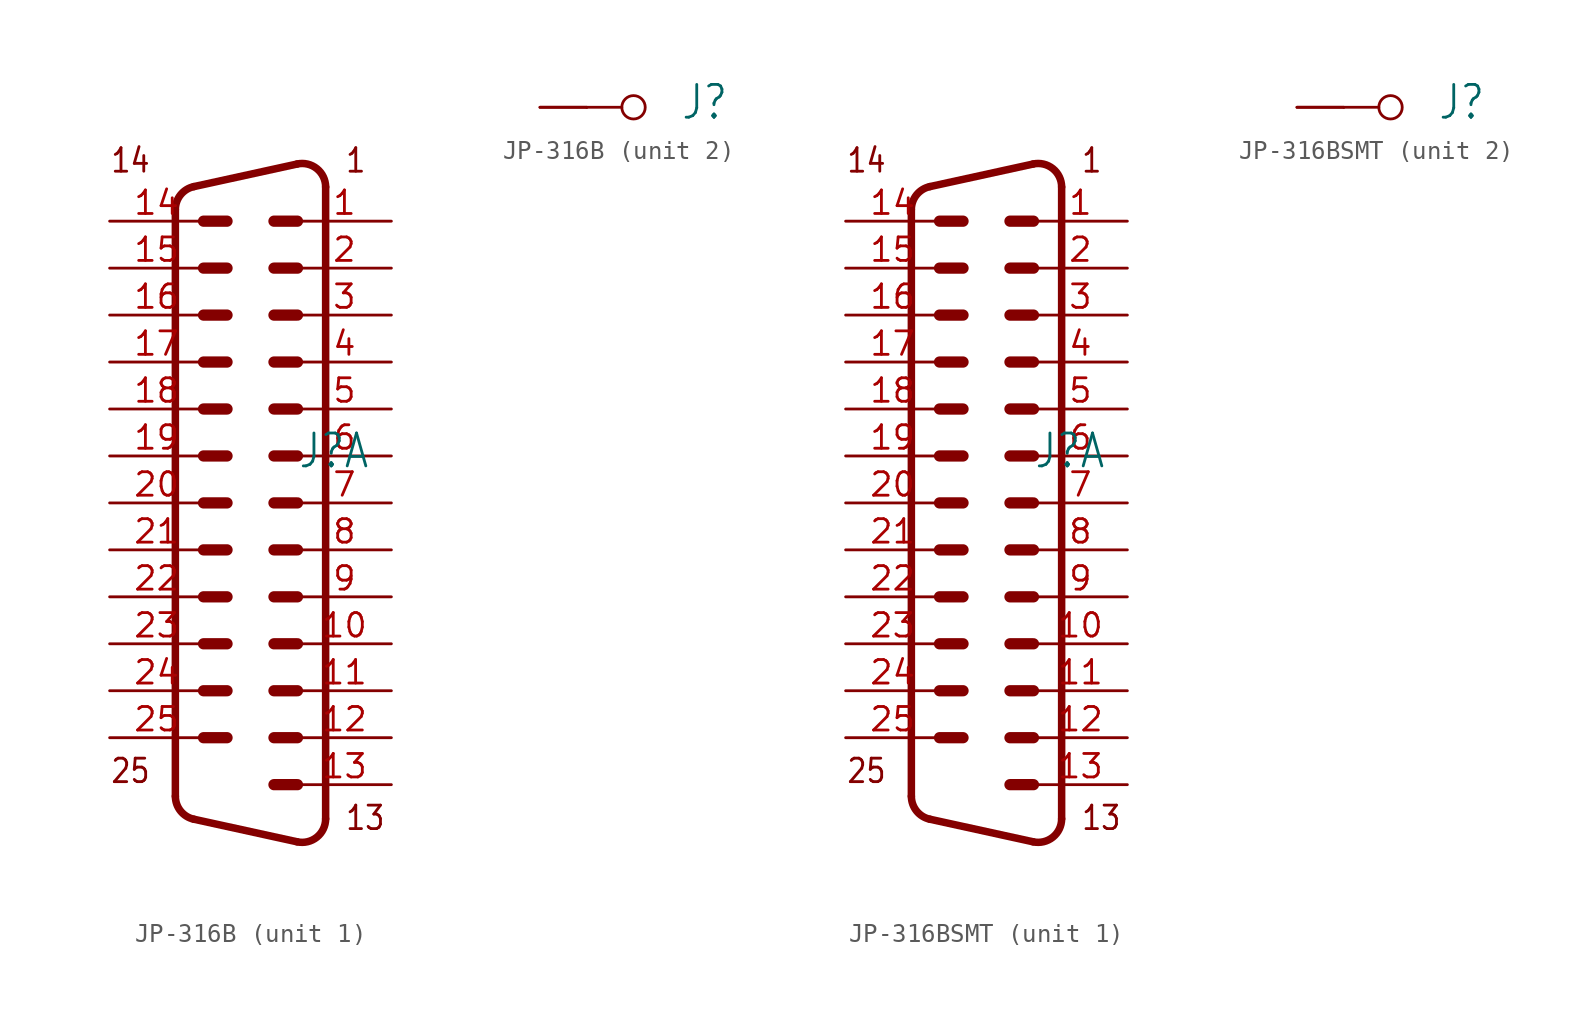
<source format=kicad_sym>
(kicad_symbol_lib
  (version 20220914)
  (generator kicad_symbol_editor)
  (symbol "JP-316B"
    (property "Reference" "J"
      (at 2.54 -0.762 0)
      (effects (font (size 1.778 1.511)) (justify left bottom)))
    (property "ki_locked" ""
      (at 0 0 0)
      (effects (font (size 1.27 1.27))))
    (symbol "JP-316B_1_0"
      (arc (start -4.064 -18.4088) (mid -3.7833 -19.2051) (end -3.0653 -19.6495) (stroke (width 0.4064) (type solid)) (fill (type none)))
      (arc (start -3.0653 14.5695) (mid -3.7833 14.1251) (end -4.064 13.3288) (stroke (width 0.4064) (type solid)) (fill (type none)))
      (polyline (pts (xy -4.064 13.329) (xy -4.064 -18.409)) (stroke (width 0.406) (type solid)) (fill (type none)))
      (polyline (pts (xy -2.54 -15.24) (xy -1.27 -15.24)) (stroke (width 0.61) (type solid)) (fill (type none)))
      (polyline (pts (xy -2.54 -12.7) (xy -1.27 -12.7)) (stroke (width 0.61) (type solid)) (fill (type none)))
      (polyline (pts (xy -2.54 -10.16) (xy -1.27 -10.16)) (stroke (width 0.61) (type solid)) (fill (type none)))
      (polyline (pts (xy -2.54 -7.62) (xy -1.27 -7.62)) (stroke (width 0.61) (type solid)) (fill (type none)))
      (polyline (pts (xy -2.54 -5.08) (xy -1.27 -5.08)) (stroke (width 0.61) (type solid)) (fill (type none)))
      (polyline (pts (xy -2.54 -2.54) (xy -1.27 -2.54)) (stroke (width 0.61) (type solid)) (fill (type none)))
      (polyline (pts (xy -2.54 0) (xy -1.27 0)) (stroke (width 0.61) (type solid)) (fill (type none)))
      (polyline (pts (xy -2.54 2.54) (xy -1.27 2.54)) (stroke (width 0.61) (type solid)) (fill (type none)))
      (polyline (pts (xy -2.54 5.08) (xy -1.27 5.08)) (stroke (width 0.61) (type solid)) (fill (type none)))
      (polyline (pts (xy -2.54 7.62) (xy -1.27 7.62)) (stroke (width 0.61) (type solid)) (fill (type none)))
      (polyline (pts (xy -2.54 10.16) (xy -1.27 10.16)) (stroke (width 0.61) (type solid)) (fill (type none)))
      (polyline (pts (xy -2.54 12.7) (xy -1.27 12.7)) (stroke (width 0.61) (type solid)) (fill (type none)))
      (polyline (pts (xy 1.27 -17.78) (xy 2.54 -17.78)) (stroke (width 0.61) (type solid)) (fill (type none)))
      (polyline (pts (xy 1.27 -15.24) (xy 2.54 -15.24)) (stroke (width 0.61) (type solid)) (fill (type none)))
      (polyline (pts (xy 1.27 -12.7) (xy 2.54 -12.7)) (stroke (width 0.61) (type solid)) (fill (type none)))
      (polyline (pts (xy 1.27 -10.16) (xy 2.54 -10.16)) (stroke (width 0.61) (type solid)) (fill (type none)))
      (polyline (pts (xy 1.27 -7.62) (xy 2.54 -7.62)) (stroke (width 0.61) (type solid)) (fill (type none)))
      (polyline (pts (xy 1.27 -5.08) (xy 2.54 -5.08)) (stroke (width 0.61) (type solid)) (fill (type none)))
      (polyline (pts (xy 1.27 -2.54) (xy 2.54 -2.54)) (stroke (width 0.61) (type solid)) (fill (type none)))
      (polyline (pts (xy 1.27 0) (xy 2.54 0)) (stroke (width 0.61) (type solid)) (fill (type none)))
      (polyline (pts (xy 1.27 2.54) (xy 2.54 2.54)) (stroke (width 0.61) (type solid)) (fill (type none)))
      (polyline (pts (xy 1.27 5.08) (xy 2.54 5.08)) (stroke (width 0.61) (type solid)) (fill (type none)))
      (polyline (pts (xy 1.27 7.62) (xy 2.54 7.62)) (stroke (width 0.61) (type solid)) (fill (type none)))
      (polyline (pts (xy 1.27 10.16) (xy 2.54 10.16)) (stroke (width 0.61) (type solid)) (fill (type none)))
      (polyline (pts (xy 1.27 12.7) (xy 2.54 12.7)) (stroke (width 0.61) (type solid)) (fill (type none)))
      (polyline (pts (xy 2.523 -20.872) (xy -3.065 -19.649)) (stroke (width 0.406) (type solid)) (fill (type none)))
      (polyline (pts (xy 2.523 15.792) (xy -3.065 14.569)) (stroke (width 0.406) (type solid)) (fill (type none)))
      (polyline (pts (xy 4.064 14.551) (xy 4.064 -19.631)) (stroke (width 0.406) (type solid)) (fill (type none)))
      (arc (start 2.5226 -20.8718) (mid 3.5901 -20.6204) (end 4.0637 -19.6312) (stroke (width 0.4064) (type solid)) (fill (type none)))
      (arc (start 4.0639 14.5511) (mid 3.5903 15.5405) (end 2.5226 15.7919) (stroke (width 0.4064) (type solid)) (fill (type none)))
      (text "1" (at 5.08 15.24 0) (effects (font (size 1.27 1.079)) (justify left bottom)))
      (text "13" (at 5.08 -20.32 0) (effects (font (size 1.27 1.079)) (justify left bottom)))
      (text "14" (at -7.62 15.24 0) (effects (font (size 1.27 1.079)) (justify left bottom)))
      (text "25" (at -7.62 -17.78 0) (effects (font (size 1.27 1.079)) (justify left bottom)))
      (pin passive line (at 7.62 12.7 180) (length 5.08) (name "SPINDLE-RELAY" (effects (font (size 0 0)))) (number "1" (effects (font (size 1.27 1.27)))))
      (pin passive line (at 7.62 -10.16 180) (length 5.08) (name "TOOL-HEIGHT" (effects (font (size 0 0)))) (number "10" (effects (font (size 1.27 1.27)))))
      (pin passive line (at 7.62 -12.7 180) (length 5.08) (name "X-LIMIT" (effects (font (size 0 0)))) (number "11" (effects (font (size 1.27 1.27)))))
      (pin passive line (at 7.62 -15.24 180) (length 5.08) (name "Y-LIMIT" (effects (font (size 0 0)))) (number "12" (effects (font (size 1.27 1.27)))))
      (pin passive line (at 7.62 -17.78 180) (length 5.08) (name "Z-LIMIT" (effects (font (size 0 0)))) (number "13" (effects (font (size 1.27 1.27)))))
      (pin passive line (at -7.62 12.7 0) (length 5.08) (name "RELAY-2" (effects (font (size 0 0)))) (number "14" (effects (font (size 1.27 1.27)))))
      (pin passive line (at -7.62 10.16 0) (length 5.08) (name "E-STOP" (effects (font (size 0 0)))) (number "15" (effects (font (size 1.27 1.27)))))
      (pin passive line (at -7.62 7.62 0) (length 5.08) (name "N/C" (effects (font (size 0 0)))) (number "16" (effects (font (size 1.27 1.27)))))
      (pin passive line (at -7.62 5.08 0) (length 5.08) (name "SPINDLE_0-10V" (effects (font (size 0 0)))) (number "17" (effects (font (size 1.27 1.27)))))
      (pin passive line (at -7.62 2.54 0) (length 5.08) (name "GND0" (effects (font (size 0 0)))) (number "18" (effects (font (size 1.27 1.27)))))
      (pin passive line (at -7.62 0 0) (length 5.08) (name "GND1" (effects (font (size 0 0)))) (number "19" (effects (font (size 1.27 1.27)))))
      (pin passive line (at 7.62 10.16 180) (length 5.08) (name "X-STEP" (effects (font (size 0 0)))) (number "2" (effects (font (size 1.27 1.27)))))
      (pin passive line (at -7.62 -2.54 0) (length 5.08) (name "GND2" (effects (font (size 0 0)))) (number "20" (effects (font (size 1.27 1.27)))))
      (pin passive line (at -7.62 -5.08 0) (length 5.08) (name "GND3" (effects (font (size 0 0)))) (number "21" (effects (font (size 1.27 1.27)))))
      (pin passive line (at -7.62 -7.62 0) (length 5.08) (name "GND4" (effects (font (size 0 0)))) (number "22" (effects (font (size 1.27 1.27)))))
      (pin passive line (at -7.62 -10.16 0) (length 5.08) (name "GND5" (effects (font (size 0 0)))) (number "23" (effects (font (size 1.27 1.27)))))
      (pin passive line (at -7.62 -12.7 0) (length 5.08) (name "GND6" (effects (font (size 0 0)))) (number "24" (effects (font (size 1.27 1.27)))))
      (pin passive line (at -7.62 -15.24 0) (length 5.08) (name "GND7" (effects (font (size 0 0)))) (number "25" (effects (font (size 1.27 1.27)))))
      (pin passive line (at 7.62 7.62 180) (length 5.08) (name "X-DIR" (effects (font (size 0 0)))) (number "3" (effects (font (size 1.27 1.27)))))
      (pin passive line (at 7.62 5.08 180) (length 5.08) (name "Y-STEP" (effects (font (size 0 0)))) (number "4" (effects (font (size 1.27 1.27)))))
      (pin passive line (at 7.62 2.54 180) (length 5.08) (name "Y-DIR" (effects (font (size 0 0)))) (number "5" (effects (font (size 1.27 1.27)))))
      (pin passive line (at 7.62 0 180) (length 5.08) (name "Z-STEP" (effects (font (size 0 0)))) (number "6" (effects (font (size 1.27 1.27)))))
      (pin passive line (at 7.62 -2.54 180) (length 5.08) (name "Z-DIR" (effects (font (size 0 0)))) (number "7" (effects (font (size 1.27 1.27)))))
      (pin passive line (at 7.62 -5.08 180) (length 5.08) (name "A-STEP" (effects (font (size 0 0)))) (number "8" (effects (font (size 1.27 1.27)))))
      (pin passive line (at 7.62 -7.62 180) (length 5.08) (name "A-DIR" (effects (font (size 0 0)))) (number "9" (effects (font (size 1.27 1.27))))))
    (symbol "JP-316B_2_0"
      (polyline (pts (xy -2.54 0) (xy -0.635 0)) (stroke (width 0.152) (type solid)) (fill (type none)))
      (circle (center 0 0) (radius 0.635) (stroke (width 0.152) (type solid)) (fill (type none)))
      (pin passive line (at -5.08 0 0) (length 2.54) (name "G1" (effects (font (size 0 0)))) (number "G1" (effects (font (size 0 0)))))
      (pin passive line (at -2.54 0 180) (length 2.54) (name "G2" (effects (font (size 0 0)))) (number "G2" (effects (font (size 0 0)))))))
  (symbol "JP-316BSMT"
    (property "Reference" "J"
      (at 2.54 -0.762 0)
      (effects (font (size 1.778 1.511)) (justify left bottom)))
    (property "ki_locked" ""
      (at 0 0 0)
      (effects (font (size 1.27 1.27))))
    (symbol "JP-316BSMT_1_0"
      (arc (start -4.064 -18.4088) (mid -3.7833 -19.2051) (end -3.0653 -19.6495) (stroke (width 0.4064) (type solid)) (fill (type none)))
      (arc (start -3.0653 14.5695) (mid -3.7833 14.1251) (end -4.064 13.3288) (stroke (width 0.4064) (type solid)) (fill (type none)))
      (polyline (pts (xy -4.064 13.329) (xy -4.064 -18.409)) (stroke (width 0.406) (type solid)) (fill (type none)))
      (polyline (pts (xy -2.54 -15.24) (xy -1.27 -15.24)) (stroke (width 0.61) (type solid)) (fill (type none)))
      (polyline (pts (xy -2.54 -12.7) (xy -1.27 -12.7)) (stroke (width 0.61) (type solid)) (fill (type none)))
      (polyline (pts (xy -2.54 -10.16) (xy -1.27 -10.16)) (stroke (width 0.61) (type solid)) (fill (type none)))
      (polyline (pts (xy -2.54 -7.62) (xy -1.27 -7.62)) (stroke (width 0.61) (type solid)) (fill (type none)))
      (polyline (pts (xy -2.54 -5.08) (xy -1.27 -5.08)) (stroke (width 0.61) (type solid)) (fill (type none)))
      (polyline (pts (xy -2.54 -2.54) (xy -1.27 -2.54)) (stroke (width 0.61) (type solid)) (fill (type none)))
      (polyline (pts (xy -2.54 0) (xy -1.27 0)) (stroke (width 0.61) (type solid)) (fill (type none)))
      (polyline (pts (xy -2.54 2.54) (xy -1.27 2.54)) (stroke (width 0.61) (type solid)) (fill (type none)))
      (polyline (pts (xy -2.54 5.08) (xy -1.27 5.08)) (stroke (width 0.61) (type solid)) (fill (type none)))
      (polyline (pts (xy -2.54 7.62) (xy -1.27 7.62)) (stroke (width 0.61) (type solid)) (fill (type none)))
      (polyline (pts (xy -2.54 10.16) (xy -1.27 10.16)) (stroke (width 0.61) (type solid)) (fill (type none)))
      (polyline (pts (xy -2.54 12.7) (xy -1.27 12.7)) (stroke (width 0.61) (type solid)) (fill (type none)))
      (polyline (pts (xy 1.27 -17.78) (xy 2.54 -17.78)) (stroke (width 0.61) (type solid)) (fill (type none)))
      (polyline (pts (xy 1.27 -15.24) (xy 2.54 -15.24)) (stroke (width 0.61) (type solid)) (fill (type none)))
      (polyline (pts (xy 1.27 -12.7) (xy 2.54 -12.7)) (stroke (width 0.61) (type solid)) (fill (type none)))
      (polyline (pts (xy 1.27 -10.16) (xy 2.54 -10.16)) (stroke (width 0.61) (type solid)) (fill (type none)))
      (polyline (pts (xy 1.27 -7.62) (xy 2.54 -7.62)) (stroke (width 0.61) (type solid)) (fill (type none)))
      (polyline (pts (xy 1.27 -5.08) (xy 2.54 -5.08)) (stroke (width 0.61) (type solid)) (fill (type none)))
      (polyline (pts (xy 1.27 -2.54) (xy 2.54 -2.54)) (stroke (width 0.61) (type solid)) (fill (type none)))
      (polyline (pts (xy 1.27 0) (xy 2.54 0)) (stroke (width 0.61) (type solid)) (fill (type none)))
      (polyline (pts (xy 1.27 2.54) (xy 2.54 2.54)) (stroke (width 0.61) (type solid)) (fill (type none)))
      (polyline (pts (xy 1.27 5.08) (xy 2.54 5.08)) (stroke (width 0.61) (type solid)) (fill (type none)))
      (polyline (pts (xy 1.27 7.62) (xy 2.54 7.62)) (stroke (width 0.61) (type solid)) (fill (type none)))
      (polyline (pts (xy 1.27 10.16) (xy 2.54 10.16)) (stroke (width 0.61) (type solid)) (fill (type none)))
      (polyline (pts (xy 1.27 12.7) (xy 2.54 12.7)) (stroke (width 0.61) (type solid)) (fill (type none)))
      (polyline (pts (xy 2.523 -20.872) (xy -3.065 -19.649)) (stroke (width 0.406) (type solid)) (fill (type none)))
      (polyline (pts (xy 2.523 15.792) (xy -3.065 14.569)) (stroke (width 0.406) (type solid)) (fill (type none)))
      (polyline (pts (xy 4.064 14.551) (xy 4.064 -19.631)) (stroke (width 0.406) (type solid)) (fill (type none)))
      (arc (start 2.5226 -20.8718) (mid 3.5901 -20.6204) (end 4.0637 -19.6312) (stroke (width 0.4064) (type solid)) (fill (type none)))
      (arc (start 4.0639 14.5511) (mid 3.5903 15.5405) (end 2.5226 15.7919) (stroke (width 0.4064) (type solid)) (fill (type none)))
      (text "1" (at 5.08 15.24 0) (effects (font (size 1.27 1.079)) (justify left bottom)))
      (text "13" (at 5.08 -20.32 0) (effects (font (size 1.27 1.079)) (justify left bottom)))
      (text "14" (at -7.62 15.24 0) (effects (font (size 1.27 1.079)) (justify left bottom)))
      (text "25" (at -7.62 -17.78 0) (effects (font (size 1.27 1.079)) (justify left bottom)))
      (pin passive line (at 7.62 12.7 180) (length 5.08) (name "SPINDLE-RELAY" (effects (font (size 0 0)))) (number "1" (effects (font (size 1.27 1.27)))))
      (pin passive line (at 7.62 -10.16 180) (length 5.08) (name "TOOL-HEIGHT" (effects (font (size 0 0)))) (number "10" (effects (font (size 1.27 1.27)))))
      (pin passive line (at 7.62 -12.7 180) (length 5.08) (name "X-LIMIT" (effects (font (size 0 0)))) (number "11" (effects (font (size 1.27 1.27)))))
      (pin passive line (at 7.62 -15.24 180) (length 5.08) (name "Y-LIMIT" (effects (font (size 0 0)))) (number "12" (effects (font (size 1.27 1.27)))))
      (pin passive line (at 7.62 -17.78 180) (length 5.08) (name "Z-LIMIT" (effects (font (size 0 0)))) (number "13" (effects (font (size 1.27 1.27)))))
      (pin passive line (at -7.62 12.7 0) (length 5.08) (name "RELAY-2" (effects (font (size 0 0)))) (number "14" (effects (font (size 1.27 1.27)))))
      (pin passive line (at -7.62 10.16 0) (length 5.08) (name "E-STOP" (effects (font (size 0 0)))) (number "15" (effects (font (size 1.27 1.27)))))
      (pin passive line (at -7.62 7.62 0) (length 5.08) (name "N/C" (effects (font (size 0 0)))) (number "16" (effects (font (size 1.27 1.27)))))
      (pin passive line (at -7.62 5.08 0) (length 5.08) (name "SPINDLE_0-10V" (effects (font (size 0 0)))) (number "17" (effects (font (size 1.27 1.27)))))
      (pin passive line (at -7.62 2.54 0) (length 5.08) (name "GND0" (effects (font (size 0 0)))) (number "18" (effects (font (size 1.27 1.27)))))
      (pin passive line (at -7.62 0 0) (length 5.08) (name "GND1" (effects (font (size 0 0)))) (number "19" (effects (font (size 1.27 1.27)))))
      (pin passive line (at 7.62 10.16 180) (length 5.08) (name "X-STEP" (effects (font (size 0 0)))) (number "2" (effects (font (size 1.27 1.27)))))
      (pin passive line (at -7.62 -2.54 0) (length 5.08) (name "GND2" (effects (font (size 0 0)))) (number "20" (effects (font (size 1.27 1.27)))))
      (pin passive line (at -7.62 -5.08 0) (length 5.08) (name "GND3" (effects (font (size 0 0)))) (number "21" (effects (font (size 1.27 1.27)))))
      (pin passive line (at -7.62 -7.62 0) (length 5.08) (name "GND4" (effects (font (size 0 0)))) (number "22" (effects (font (size 1.27 1.27)))))
      (pin passive line (at -7.62 -10.16 0) (length 5.08) (name "GND5" (effects (font (size 0 0)))) (number "23" (effects (font (size 1.27 1.27)))))
      (pin passive line (at -7.62 -12.7 0) (length 5.08) (name "GND6" (effects (font (size 0 0)))) (number "24" (effects (font (size 1.27 1.27)))))
      (pin passive line (at -7.62 -15.24 0) (length 5.08) (name "GND7" (effects (font (size 0 0)))) (number "25" (effects (font (size 1.27 1.27)))))
      (pin passive line (at 7.62 7.62 180) (length 5.08) (name "X-DIR" (effects (font (size 0 0)))) (number "3" (effects (font (size 1.27 1.27)))))
      (pin passive line (at 7.62 5.08 180) (length 5.08) (name "Y-STEP" (effects (font (size 0 0)))) (number "4" (effects (font (size 1.27 1.27)))))
      (pin passive line (at 7.62 2.54 180) (length 5.08) (name "Y-DIR" (effects (font (size 0 0)))) (number "5" (effects (font (size 1.27 1.27)))))
      (pin passive line (at 7.62 0 180) (length 5.08) (name "Z-STEP" (effects (font (size 0 0)))) (number "6" (effects (font (size 1.27 1.27)))))
      (pin passive line (at 7.62 -2.54 180) (length 5.08) (name "Z-DIR" (effects (font (size 0 0)))) (number "7" (effects (font (size 1.27 1.27)))))
      (pin passive line (at 7.62 -5.08 180) (length 5.08) (name "A-STEP" (effects (font (size 0 0)))) (number "8" (effects (font (size 1.27 1.27)))))
      (pin passive line (at 7.62 -7.62 180) (length 5.08) (name "A-DIR" (effects (font (size 0 0)))) (number "9" (effects (font (size 1.27 1.27))))))
    (symbol "JP-316BSMT_2_0"
      (polyline (pts (xy -2.54 0) (xy -0.635 0)) (stroke (width 0.152) (type solid)) (fill (type none)))
      (circle (center 0 0) (radius 0.635) (stroke (width 0.152) (type solid)) (fill (type none)))
      (pin passive line (at -5.08 0 0) (length 2.54) (name "G1" (effects (font (size 0 0)))) (number "S@1" (effects (font (size 0 0)))))
      (pin passive line (at -2.54 0 180) (length 2.54) (name "G2" (effects (font (size 0 0)))) (number "S@2" (effects (font (size 0 0))))))))
</source>
